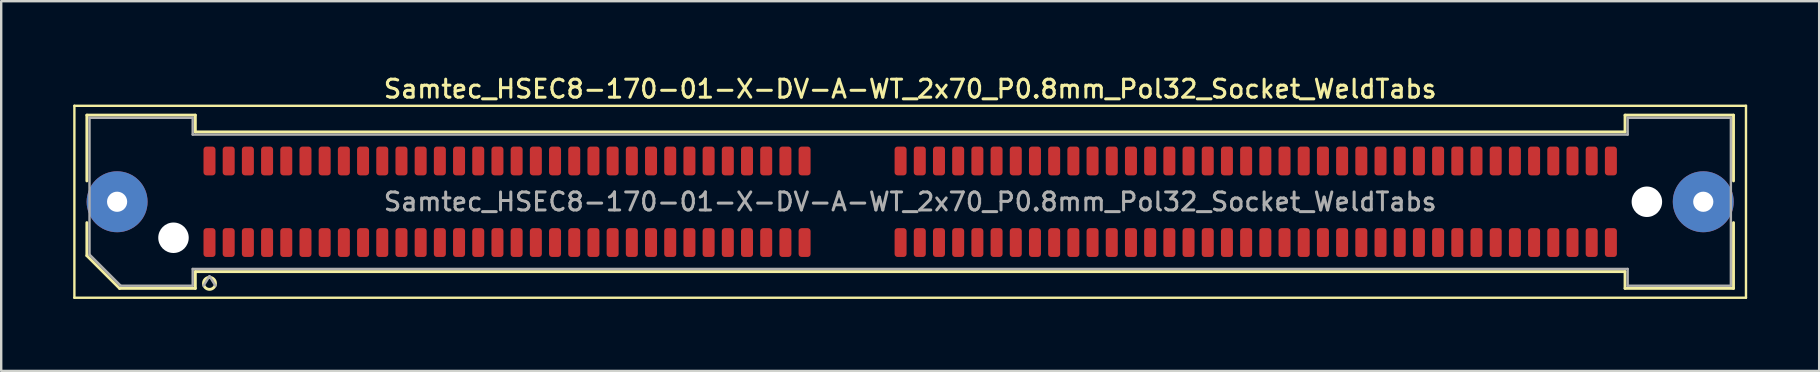
<source format=kicad_pcb>
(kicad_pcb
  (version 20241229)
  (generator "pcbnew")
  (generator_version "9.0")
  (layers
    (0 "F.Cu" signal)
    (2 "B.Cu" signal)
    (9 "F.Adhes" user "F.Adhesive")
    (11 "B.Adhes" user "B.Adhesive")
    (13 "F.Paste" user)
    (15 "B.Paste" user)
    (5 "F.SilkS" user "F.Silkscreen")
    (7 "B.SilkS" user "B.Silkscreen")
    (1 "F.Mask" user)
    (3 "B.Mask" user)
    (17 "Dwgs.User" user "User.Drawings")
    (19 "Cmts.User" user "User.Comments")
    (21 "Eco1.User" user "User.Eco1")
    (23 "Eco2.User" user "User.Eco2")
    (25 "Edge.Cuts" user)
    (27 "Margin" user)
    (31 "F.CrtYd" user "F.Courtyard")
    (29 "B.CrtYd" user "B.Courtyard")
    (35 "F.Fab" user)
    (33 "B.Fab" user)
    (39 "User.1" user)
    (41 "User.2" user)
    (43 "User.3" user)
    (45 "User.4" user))
  (footprint "Samtec_HSEC8-170-01-X-DV-A-WT_2x70_P0.8mm_Pol32_Socket_WeldTabs"
    (layer "F.Cu")
    (at 34.88 5.358)
    (property "Reference" "Samtec_HSEC8-170-01-X-DV-A-WT_2x70_P0.8mm_Pol32_Socket_WeldTabs" (at 0 -4.7 0) (layer "F.SilkS") (effects (font (size 0.75 0.75) (thickness 0.125))))
    (attr smd)
    (fp_line (start -34.83 -4) (end -34.83 4) (stroke (width 0.1) (type solid)) (layer "F.SilkS"))
    (fp_line (start -34.83 4) (end 34.83 4) (stroke (width 0.1) (type solid)) (layer "F.SilkS"))
    (fp_line (start -34.31 -3.61) (end -29.79 -3.61) (stroke (width 0.12) (type solid)) (layer "F.SilkS"))
    (fp_line (start -34.31 -0.868) (end -34.31 -3.61) (stroke (width 0.12) (type solid)) (layer "F.SilkS"))
    (fp_line (start -34.31 2.246) (end -34.31 0.868) (stroke (width 0.12) (type solid)) (layer "F.SilkS"))
    (fp_line (start -32.946 3.61) (end -34.31 2.246) (stroke (width 0.12) (type solid)) (layer "F.SilkS"))
    (fp_line (start -29.79 -3.61) (end -29.79 -2.91) (stroke (width 0.12) (type solid)) (layer "F.SilkS"))
    (fp_line (start -29.79 -2.91) (end 29.79 -2.91) (stroke (width 0.12) (type solid)) (layer "F.SilkS"))
    (fp_line (start -29.79 2.91) (end -29.79 3.61) (stroke (width 0.12) (type solid)) (layer "F.SilkS"))
    (fp_line (start -29.79 3.61) (end -32.946 3.61) (stroke (width 0.12) (type solid)) (layer "F.SilkS"))
    (fp_line (start 29.79 -3.61) (end 34.31 -3.61) (stroke (width 0.12) (type solid)) (layer "F.SilkS"))
    (fp_line (start 29.79 -2.91) (end 29.79 -3.61) (stroke (width 0.12) (type solid)) (layer "F.SilkS"))
    (fp_line (start 29.79 2.91) (end -29.79 2.91) (stroke (width 0.12) (type solid)) (layer "F.SilkS"))
    (fp_line (start 29.79 3.61) (end 29.79 2.91) (stroke (width 0.12) (type solid)) (layer "F.SilkS"))
    (fp_line (start 34.31 -3.61) (end 34.31 -0.868) (stroke (width 0.12) (type solid)) (layer "F.SilkS"))
    (fp_line (start 34.31 0.868) (end 34.31 3.61) (stroke (width 0.12) (type solid)) (layer "F.SilkS"))
    (fp_line (start 34.31 3.61) (end 29.79 3.61) (stroke (width 0.12) (type solid)) (layer "F.SilkS"))
    (fp_line (start 34.83 -4) (end -34.83 -4) (stroke (width 0.1) (type solid)) (layer "F.SilkS"))
    (fp_line (start 34.83 4) (end 34.83 -4) (stroke (width 0.1) (type solid)) (layer "F.SilkS"))
    (fp_arc (start -28.95 3.4) (mid -29.45 3.4) (end -28.95 3.4) (stroke (width 0.12) (type solid)) (layer "F.SilkS"))
    (fp_line (start -34.2 -3.5) (end -29.9 -3.5) (stroke (width 0.1) (type solid)) (layer "F.Fab"))
    (fp_line (start -34.2 2.2) (end -34.2 -3.5) (stroke (width 0.1) (type solid)) (layer "F.Fab"))
    (fp_line (start -32.9 3.5) (end -34.2 2.2) (stroke (width 0.1) (type solid)) (layer "F.Fab"))
    (fp_line (start -29.9 -3.5) (end -29.9 -2.8) (stroke (width 0.1) (type solid)) (layer "F.Fab"))
    (fp_line (start -29.9 -2.8) (end 29.9 -2.8) (stroke (width 0.1) (type solid)) (layer "F.Fab"))
    (fp_line (start -29.9 2.8) (end -29.9 3.5) (stroke (width 0.1) (type solid)) (layer "F.Fab"))
    (fp_line (start -29.9 3.5) (end -32.9 3.5) (stroke (width 0.1) (type solid)) (layer "F.Fab"))
    (fp_line (start -29.2 3.1) (end -29.45 3.5) (stroke (width 0.1) (type solid)) (layer "F.Fab"))
    (fp_line (start -29.2 3.1) (end -28.95 3.5) (stroke (width 0.1) (type solid)) (layer "F.Fab"))
    (fp_line (start 29.9 -3.5) (end 34.2 -3.5) (stroke (width 0.1) (type solid)) (layer "F.Fab"))
    (fp_line (start 29.9 -2.8) (end 29.9 -3.5) (stroke (width 0.1) (type solid)) (layer "F.Fab"))
    (fp_line (start 29.9 2.8) (end -29.9 2.8) (stroke (width 0.1) (type solid)) (layer "F.Fab"))
    (fp_line (start 29.9 3.5) (end 29.9 2.8) (stroke (width 0.1) (type solid)) (layer "F.Fab"))
    (fp_line (start 34.2 -3.5) (end 34.2 3.5) (stroke (width 0.1) (type solid)) (layer "F.Fab"))
    (fp_line (start 34.2 3.5) (end 29.9 3.5) (stroke (width 0.1) (type solid)) (layer "F.Fab"))
    (fp_text user "${REFERENCE}" (at 0 0 0) (layer "F.Fab") (effects (font (size 0.75 0.75) (thickness 0.125))))
    (pad "" thru_hole circle (at -33.05 0) (size 2.54 2.54) (drill 0.84) (layers "*.Cu" "*.Mask" "F.Paste"))
    (pad "" np_thru_hole circle (at -30.7 1.5) (size 1.27 1.27) (drill 1.27) (layers "*.Cu" "*.Mask"))
    (pad "" np_thru_hole circle (at 30.7 0) (size 1.27 1.27) (drill 1.27) (layers "*.Cu" "*.Mask"))
    (pad "" thru_hole circle (at 33.05 0) (size 2.54 2.54) (drill 0.84) (layers "*.Cu" "*.Mask" "F.Paste"))
    (pad "1" smd roundrect (at -29.2 1.7) (size 0.5 1.2) (layers "F.Cu" "F.Mask" "F.Paste") (roundrect_rratio 0.25))
    (pad "2" smd roundrect (at -29.2 -1.7) (size 0.5 1.2) (layers "F.Cu" "F.Mask" "F.Paste") (roundrect_rratio 0.25))
    (pad "3" smd roundrect (at -28.4 1.7) (size 0.5 1.2) (layers "F.Cu" "F.Mask" "F.Paste") (roundrect_rratio 0.25))
    (pad "4" smd roundrect (at -28.4 -1.7) (size 0.5 1.2) (layers "F.Cu" "F.Mask" "F.Paste") (roundrect_rratio 0.25))
    (pad "5" smd roundrect (at -27.6 1.7) (size 0.5 1.2) (layers "F.Cu" "F.Mask" "F.Paste") (roundrect_rratio 0.25))
    (pad "6" smd roundrect (at -27.6 -1.7) (size 0.5 1.2) (layers "F.Cu" "F.Mask" "F.Paste") (roundrect_rratio 0.25))
    (pad "7" smd roundrect (at -26.8 1.7) (size 0.5 1.2) (layers "F.Cu" "F.Mask" "F.Paste") (roundrect_rratio 0.25))
    (pad "8" smd roundrect (at -26.8 -1.7) (size 0.5 1.2) (layers "F.Cu" "F.Mask" "F.Paste") (roundrect_rratio 0.25))
    (pad "9" smd roundrect (at -26 1.7) (size 0.5 1.2) (layers "F.Cu" "F.Mask" "F.Paste") (roundrect_rratio 0.25))
    (pad "10" smd roundrect (at -26 -1.7) (size 0.5 1.2) (layers "F.Cu" "F.Mask" "F.Paste") (roundrect_rratio 0.25))
    (pad "11" smd roundrect (at -25.2 1.7) (size 0.5 1.2) (layers "F.Cu" "F.Mask" "F.Paste") (roundrect_rratio 0.25))
    (pad "12" smd roundrect (at -25.2 -1.7) (size 0.5 1.2) (layers "F.Cu" "F.Mask" "F.Paste") (roundrect_rratio 0.25))
    (pad "13" smd roundrect (at -24.4 1.7) (size 0.5 1.2) (layers "F.Cu" "F.Mask" "F.Paste") (roundrect_rratio 0.25))
    (pad "14" smd roundrect (at -24.4 -1.7) (size 0.5 1.2) (layers "F.Cu" "F.Mask" "F.Paste") (roundrect_rratio 0.25))
    (pad "15" smd roundrect (at -23.6 1.7) (size 0.5 1.2) (layers "F.Cu" "F.Mask" "F.Paste") (roundrect_rratio 0.25))
    (pad "16" smd roundrect (at -23.6 -1.7) (size 0.5 1.2) (layers "F.Cu" "F.Mask" "F.Paste") (roundrect_rratio 0.25))
    (pad "17" smd roundrect (at -22.8 1.7) (size 0.5 1.2) (layers "F.Cu" "F.Mask" "F.Paste") (roundrect_rratio 0.25))
    (pad "18" smd roundrect (at -22.8 -1.7) (size 0.5 1.2) (layers "F.Cu" "F.Mask" "F.Paste") (roundrect_rratio 0.25))
    (pad "19" smd roundrect (at -22 1.7) (size 0.5 1.2) (layers "F.Cu" "F.Mask" "F.Paste") (roundrect_rratio 0.25))
    (pad "20" smd roundrect (at -22 -1.7) (size 0.5 1.2) (layers "F.Cu" "F.Mask" "F.Paste") (roundrect_rratio 0.25))
    (pad "21" smd roundrect (at -21.2 1.7) (size 0.5 1.2) (layers "F.Cu" "F.Mask" "F.Paste") (roundrect_rratio 0.25))
    (pad "22" smd roundrect (at -21.2 -1.7) (size 0.5 1.2) (layers "F.Cu" "F.Mask" "F.Paste") (roundrect_rratio 0.25))
    (pad "23" smd roundrect (at -20.4 1.7) (size 0.5 1.2) (layers "F.Cu" "F.Mask" "F.Paste") (roundrect_rratio 0.25))
    (pad "24" smd roundrect (at -20.4 -1.7) (size 0.5 1.2) (layers "F.Cu" "F.Mask" "F.Paste") (roundrect_rratio 0.25))
    (pad "25" smd roundrect (at -19.6 1.7) (size 0.5 1.2) (layers "F.Cu" "F.Mask" "F.Paste") (roundrect_rratio 0.25))
    (pad "26" smd roundrect (at -19.6 -1.7) (size 0.5 1.2) (layers "F.Cu" "F.Mask" "F.Paste") (roundrect_rratio 0.25))
    (pad "27" smd roundrect (at -18.8 1.7) (size 0.5 1.2) (layers "F.Cu" "F.Mask" "F.Paste") (roundrect_rratio 0.25))
    (pad "28" smd roundrect (at -18.8 -1.7) (size 0.5 1.2) (layers "F.Cu" "F.Mask" "F.Paste") (roundrect_rratio 0.25))
    (pad "29" smd roundrect (at -18 1.7) (size 0.5 1.2) (layers "F.Cu" "F.Mask" "F.Paste") (roundrect_rratio 0.25))
    (pad "30" smd roundrect (at -18 -1.7) (size 0.5 1.2) (layers "F.Cu" "F.Mask" "F.Paste") (roundrect_rratio 0.25))
    (pad "31" smd roundrect (at -17.2 1.7) (size 0.5 1.2) (layers "F.Cu" "F.Mask" "F.Paste") (roundrect_rratio 0.25))
    (pad "32" smd roundrect (at -17.2 -1.7) (size 0.5 1.2) (layers "F.Cu" "F.Mask" "F.Paste") (roundrect_rratio 0.25))
    (pad "33" smd roundrect (at -16.4 1.7) (size 0.5 1.2) (layers "F.Cu" "F.Mask" "F.Paste") (roundrect_rratio 0.25))
    (pad "34" smd roundrect (at -16.4 -1.7) (size 0.5 1.2) (layers "F.Cu" "F.Mask" "F.Paste") (roundrect_rratio 0.25))
    (pad "35" smd roundrect (at -15.6 1.7) (size 0.5 1.2) (layers "F.Cu" "F.Mask" "F.Paste") (roundrect_rratio 0.25))
    (pad "36" smd roundrect (at -15.6 -1.7) (size 0.5 1.2) (layers "F.Cu" "F.Mask" "F.Paste") (roundrect_rratio 0.25))
    (pad "37" smd roundrect (at -14.8 1.7) (size 0.5 1.2) (layers "F.Cu" "F.Mask" "F.Paste") (roundrect_rratio 0.25))
    (pad "38" smd roundrect (at -14.8 -1.7) (size 0.5 1.2) (layers "F.Cu" "F.Mask" "F.Paste") (roundrect_rratio 0.25))
    (pad "39" smd roundrect (at -14 1.7) (size 0.5 1.2) (layers "F.Cu" "F.Mask" "F.Paste") (roundrect_rratio 0.25))
    (pad "40" smd roundrect (at -14 -1.7) (size 0.5 1.2) (layers "F.Cu" "F.Mask" "F.Paste") (roundrect_rratio 0.25))
    (pad "41" smd roundrect (at -13.2 1.7) (size 0.5 1.2) (layers "F.Cu" "F.Mask" "F.Paste") (roundrect_rratio 0.25))
    (pad "42" smd roundrect (at -13.2 -1.7) (size 0.5 1.2) (layers "F.Cu" "F.Mask" "F.Paste") (roundrect_rratio 0.25))
    (pad "43" smd roundrect (at -12.4 1.7) (size 0.5 1.2) (layers "F.Cu" "F.Mask" "F.Paste") (roundrect_rratio 0.25))
    (pad "44" smd roundrect (at -12.4 -1.7) (size 0.5 1.2) (layers "F.Cu" "F.Mask" "F.Paste") (roundrect_rratio 0.25))
    (pad "45" smd roundrect (at -11.6 1.7) (size 0.5 1.2) (layers "F.Cu" "F.Mask" "F.Paste") (roundrect_rratio 0.25))
    (pad "46" smd roundrect (at -11.6 -1.7) (size 0.5 1.2) (layers "F.Cu" "F.Mask" "F.Paste") (roundrect_rratio 0.25))
    (pad "47" smd roundrect (at -10.8 1.7) (size 0.5 1.2) (layers "F.Cu" "F.Mask" "F.Paste") (roundrect_rratio 0.25))
    (pad "48" smd roundrect (at -10.8 -1.7) (size 0.5 1.2) (layers "F.Cu" "F.Mask" "F.Paste") (roundrect_rratio 0.25))
    (pad "49" smd roundrect (at -10 1.7) (size 0.5 1.2) (layers "F.Cu" "F.Mask" "F.Paste") (roundrect_rratio 0.25))
    (pad "50" smd roundrect (at -10 -1.7) (size 0.5 1.2) (layers "F.Cu" "F.Mask" "F.Paste") (roundrect_rratio 0.25))
    (pad "51" smd roundrect (at -9.2 1.7) (size 0.5 1.2) (layers "F.Cu" "F.Mask" "F.Paste") (roundrect_rratio 0.25))
    (pad "52" smd roundrect (at -9.2 -1.7) (size 0.5 1.2) (layers "F.Cu" "F.Mask" "F.Paste") (roundrect_rratio 0.25))
    (pad "53" smd roundrect (at -8.4 1.7) (size 0.5 1.2) (layers "F.Cu" "F.Mask" "F.Paste") (roundrect_rratio 0.25))
    (pad "54" smd roundrect (at -8.4 -1.7) (size 0.5 1.2) (layers "F.Cu" "F.Mask" "F.Paste") (roundrect_rratio 0.25))
    (pad "55" smd roundrect (at -7.6 1.7) (size 0.5 1.2) (layers "F.Cu" "F.Mask" "F.Paste") (roundrect_rratio 0.25))
    (pad "56" smd roundrect (at -7.6 -1.7) (size 0.5 1.2) (layers "F.Cu" "F.Mask" "F.Paste") (roundrect_rratio 0.25))
    (pad "57" smd roundrect (at -6.8 1.7) (size 0.5 1.2) (layers "F.Cu" "F.Mask" "F.Paste") (roundrect_rratio 0.25))
    (pad "58" smd roundrect (at -6.8 -1.7) (size 0.5 1.2) (layers "F.Cu" "F.Mask" "F.Paste") (roundrect_rratio 0.25))
    (pad "59" smd roundrect (at -6 1.7) (size 0.5 1.2) (layers "F.Cu" "F.Mask" "F.Paste") (roundrect_rratio 0.25))
    (pad "60" smd roundrect (at -6 -1.7) (size 0.5 1.2) (layers "F.Cu" "F.Mask" "F.Paste") (roundrect_rratio 0.25))
    (pad "61" smd roundrect (at -5.2 1.7) (size 0.5 1.2) (layers "F.Cu" "F.Mask" "F.Paste") (roundrect_rratio 0.25))
    (pad "62" smd roundrect (at -5.2 -1.7) (size 0.5 1.2) (layers "F.Cu" "F.Mask" "F.Paste") (roundrect_rratio 0.25))
    (pad "63" smd roundrect (at -4.4 1.7) (size 0.5 1.2) (layers "F.Cu" "F.Mask" "F.Paste") (roundrect_rratio 0.25))
    (pad "64" smd roundrect (at -4.4 -1.7) (size 0.5 1.2) (layers "F.Cu" "F.Mask" "F.Paste") (roundrect_rratio 0.25))
    (pad "65" smd roundrect (at -0.4 1.7) (size 0.5 1.2) (layers "F.Cu" "F.Mask" "F.Paste") (roundrect_rratio 0.25))
    (pad "66" smd roundrect (at -0.4 -1.7) (size 0.5 1.2) (layers "F.Cu" "F.Mask" "F.Paste") (roundrect_rratio 0.25))
    (pad "67" smd roundrect (at 0.4 1.7) (size 0.5 1.2) (layers "F.Cu" "F.Mask" "F.Paste") (roundrect_rratio 0.25))
    (pad "68" smd roundrect (at 0.4 -1.7) (size 0.5 1.2) (layers "F.Cu" "F.Mask" "F.Paste") (roundrect_rratio 0.25))
    (pad "69" smd roundrect (at 1.2 1.7) (size 0.5 1.2) (layers "F.Cu" "F.Mask" "F.Paste") (roundrect_rratio 0.25))
    (pad "70" smd roundrect (at 1.2 -1.7) (size 0.5 1.2) (layers "F.Cu" "F.Mask" "F.Paste") (roundrect_rratio 0.25))
    (pad "71" smd roundrect (at 2 1.7) (size 0.5 1.2) (layers "F.Cu" "F.Mask" "F.Paste") (roundrect_rratio 0.25))
    (pad "72" smd roundrect (at 2 -1.7) (size 0.5 1.2) (layers "F.Cu" "F.Mask" "F.Paste") (roundrect_rratio 0.25))
    (pad "73" smd roundrect (at 2.8 1.7) (size 0.5 1.2) (layers "F.Cu" "F.Mask" "F.Paste") (roundrect_rratio 0.25))
    (pad "74" smd roundrect (at 2.8 -1.7) (size 0.5 1.2) (layers "F.Cu" "F.Mask" "F.Paste") (roundrect_rratio 0.25))
    (pad "75" smd roundrect (at 3.6 1.7) (size 0.5 1.2) (layers "F.Cu" "F.Mask" "F.Paste") (roundrect_rratio 0.25))
    (pad "76" smd roundrect (at 3.6 -1.7) (size 0.5 1.2) (layers "F.Cu" "F.Mask" "F.Paste") (roundrect_rratio 0.25))
    (pad "77" smd roundrect (at 4.4 1.7) (size 0.5 1.2) (layers "F.Cu" "F.Mask" "F.Paste") (roundrect_rratio 0.25))
    (pad "78" smd roundrect (at 4.4 -1.7) (size 0.5 1.2) (layers "F.Cu" "F.Mask" "F.Paste") (roundrect_rratio 0.25))
    (pad "79" smd roundrect (at 5.2 1.7) (size 0.5 1.2) (layers "F.Cu" "F.Mask" "F.Paste") (roundrect_rratio 0.25))
    (pad "80" smd roundrect (at 5.2 -1.7) (size 0.5 1.2) (layers "F.Cu" "F.Mask" "F.Paste") (roundrect_rratio 0.25))
    (pad "81" smd roundrect (at 6 1.7) (size 0.5 1.2) (layers "F.Cu" "F.Mask" "F.Paste") (roundrect_rratio 0.25))
    (pad "82" smd roundrect (at 6 -1.7) (size 0.5 1.2) (layers "F.Cu" "F.Mask" "F.Paste") (roundrect_rratio 0.25))
    (pad "83" smd roundrect (at 6.8 1.7) (size 0.5 1.2) (layers "F.Cu" "F.Mask" "F.Paste") (roundrect_rratio 0.25))
    (pad "84" smd roundrect (at 6.8 -1.7) (size 0.5 1.2) (layers "F.Cu" "F.Mask" "F.Paste") (roundrect_rratio 0.25))
    (pad "85" smd roundrect (at 7.6 1.7) (size 0.5 1.2) (layers "F.Cu" "F.Mask" "F.Paste") (roundrect_rratio 0.25))
    (pad "86" smd roundrect (at 7.6 -1.7) (size 0.5 1.2) (layers "F.Cu" "F.Mask" "F.Paste") (roundrect_rratio 0.25))
    (pad "87" smd roundrect (at 8.4 1.7) (size 0.5 1.2) (layers "F.Cu" "F.Mask" "F.Paste") (roundrect_rratio 0.25))
    (pad "88" smd roundrect (at 8.4 -1.7) (size 0.5 1.2) (layers "F.Cu" "F.Mask" "F.Paste") (roundrect_rratio 0.25))
    (pad "89" smd roundrect (at 9.2 1.7) (size 0.5 1.2) (layers "F.Cu" "F.Mask" "F.Paste") (roundrect_rratio 0.25))
    (pad "90" smd roundrect (at 9.2 -1.7) (size 0.5 1.2) (layers "F.Cu" "F.Mask" "F.Paste") (roundrect_rratio 0.25))
    (pad "91" smd roundrect (at 10 1.7) (size 0.5 1.2) (layers "F.Cu" "F.Mask" "F.Paste") (roundrect_rratio 0.25))
    (pad "92" smd roundrect (at 10 -1.7) (size 0.5 1.2) (layers "F.Cu" "F.Mask" "F.Paste") (roundrect_rratio 0.25))
    (pad "93" smd roundrect (at 10.8 1.7) (size 0.5 1.2) (layers "F.Cu" "F.Mask" "F.Paste") (roundrect_rratio 0.25))
    (pad "94" smd roundrect (at 10.8 -1.7) (size 0.5 1.2) (layers "F.Cu" "F.Mask" "F.Paste") (roundrect_rratio 0.25))
    (pad "95" smd roundrect (at 11.6 1.7) (size 0.5 1.2) (layers "F.Cu" "F.Mask" "F.Paste") (roundrect_rratio 0.25))
    (pad "96" smd roundrect (at 11.6 -1.7) (size 0.5 1.2) (layers "F.Cu" "F.Mask" "F.Paste") (roundrect_rratio 0.25))
    (pad "97" smd roundrect (at 12.4 1.7) (size 0.5 1.2) (layers "F.Cu" "F.Mask" "F.Paste") (roundrect_rratio 0.25))
    (pad "98" smd roundrect (at 12.4 -1.7) (size 0.5 1.2) (layers "F.Cu" "F.Mask" "F.Paste") (roundrect_rratio 0.25))
    (pad "99" smd roundrect (at 13.2 1.7) (size 0.5 1.2) (layers "F.Cu" "F.Mask" "F.Paste") (roundrect_rratio 0.25))
    (pad "100" smd roundrect (at 13.2 -1.7) (size 0.5 1.2) (layers "F.Cu" "F.Mask" "F.Paste") (roundrect_rratio 0.25))
    (pad "101" smd roundrect (at 14 1.7) (size 0.5 1.2) (layers "F.Cu" "F.Mask" "F.Paste") (roundrect_rratio 0.25))
    (pad "102" smd roundrect (at 14 -1.7) (size 0.5 1.2) (layers "F.Cu" "F.Mask" "F.Paste") (roundrect_rratio 0.25))
    (pad "103" smd roundrect (at 14.8 1.7) (size 0.5 1.2) (layers "F.Cu" "F.Mask" "F.Paste") (roundrect_rratio 0.25))
    (pad "104" smd roundrect (at 14.8 -1.7) (size 0.5 1.2) (layers "F.Cu" "F.Mask" "F.Paste") (roundrect_rratio 0.25))
    (pad "105" smd roundrect (at 15.6 1.7) (size 0.5 1.2) (layers "F.Cu" "F.Mask" "F.Paste") (roundrect_rratio 0.25))
    (pad "106" smd roundrect (at 15.6 -1.7) (size 0.5 1.2) (layers "F.Cu" "F.Mask" "F.Paste") (roundrect_rratio 0.25))
    (pad "107" smd roundrect (at 16.4 1.7) (size 0.5 1.2) (layers "F.Cu" "F.Mask" "F.Paste") (roundrect_rratio 0.25))
    (pad "108" smd roundrect (at 16.4 -1.7) (size 0.5 1.2) (layers "F.Cu" "F.Mask" "F.Paste") (roundrect_rratio 0.25))
    (pad "109" smd roundrect (at 17.2 1.7) (size 0.5 1.2) (layers "F.Cu" "F.Mask" "F.Paste") (roundrect_rratio 0.25))
    (pad "110" smd roundrect (at 17.2 -1.7) (size 0.5 1.2) (layers "F.Cu" "F.Mask" "F.Paste") (roundrect_rratio 0.25))
    (pad "111" smd roundrect (at 18 1.7) (size 0.5 1.2) (layers "F.Cu" "F.Mask" "F.Paste") (roundrect_rratio 0.25))
    (pad "112" smd roundrect (at 18 -1.7) (size 0.5 1.2) (layers "F.Cu" "F.Mask" "F.Paste") (roundrect_rratio 0.25))
    (pad "113" smd roundrect (at 18.8 1.7) (size 0.5 1.2) (layers "F.Cu" "F.Mask" "F.Paste") (roundrect_rratio 0.25))
    (pad "114" smd roundrect (at 18.8 -1.7) (size 0.5 1.2) (layers "F.Cu" "F.Mask" "F.Paste") (roundrect_rratio 0.25))
    (pad "115" smd roundrect (at 19.6 1.7) (size 0.5 1.2) (layers "F.Cu" "F.Mask" "F.Paste") (roundrect_rratio 0.25))
    (pad "116" smd roundrect (at 19.6 -1.7) (size 0.5 1.2) (layers "F.Cu" "F.Mask" "F.Paste") (roundrect_rratio 0.25))
    (pad "117" smd roundrect (at 20.4 1.7) (size 0.5 1.2) (layers "F.Cu" "F.Mask" "F.Paste") (roundrect_rratio 0.25))
    (pad "118" smd roundrect (at 20.4 -1.7) (size 0.5 1.2) (layers "F.Cu" "F.Mask" "F.Paste") (roundrect_rratio 0.25))
    (pad "119" smd roundrect (at 21.2 1.7) (size 0.5 1.2) (layers "F.Cu" "F.Mask" "F.Paste") (roundrect_rratio 0.25))
    (pad "120" smd roundrect (at 21.2 -1.7) (size 0.5 1.2) (layers "F.Cu" "F.Mask" "F.Paste") (roundrect_rratio 0.25))
    (pad "121" smd roundrect (at 22 1.7) (size 0.5 1.2) (layers "F.Cu" "F.Mask" "F.Paste") (roundrect_rratio 0.25))
    (pad "122" smd roundrect (at 22 -1.7) (size 0.5 1.2) (layers "F.Cu" "F.Mask" "F.Paste") (roundrect_rratio 0.25))
    (pad "123" smd roundrect (at 22.8 1.7) (size 0.5 1.2) (layers "F.Cu" "F.Mask" "F.Paste") (roundrect_rratio 0.25))
    (pad "124" smd roundrect (at 22.8 -1.7) (size 0.5 1.2) (layers "F.Cu" "F.Mask" "F.Paste") (roundrect_rratio 0.25))
    (pad "125" smd roundrect (at 23.6 1.7) (size 0.5 1.2) (layers "F.Cu" "F.Mask" "F.Paste") (roundrect_rratio 0.25))
    (pad "126" smd roundrect (at 23.6 -1.7) (size 0.5 1.2) (layers "F.Cu" "F.Mask" "F.Paste") (roundrect_rratio 0.25))
    (pad "127" smd roundrect (at 24.4 1.7) (size 0.5 1.2) (layers "F.Cu" "F.Mask" "F.Paste") (roundrect_rratio 0.25))
    (pad "128" smd roundrect (at 24.4 -1.7) (size 0.5 1.2) (layers "F.Cu" "F.Mask" "F.Paste") (roundrect_rratio 0.25))
    (pad "129" smd roundrect (at 25.2 1.7) (size 0.5 1.2) (layers "F.Cu" "F.Mask" "F.Paste") (roundrect_rratio 0.25))
    (pad "130" smd roundrect (at 25.2 -1.7) (size 0.5 1.2) (layers "F.Cu" "F.Mask" "F.Paste") (roundrect_rratio 0.25))
    (pad "131" smd roundrect (at 26 1.7) (size 0.5 1.2) (layers "F.Cu" "F.Mask" "F.Paste") (roundrect_rratio 0.25))
    (pad "132" smd roundrect (at 26 -1.7) (size 0.5 1.2) (layers "F.Cu" "F.Mask" "F.Paste") (roundrect_rratio 0.25))
    (pad "133" smd roundrect (at 26.8 1.7) (size 0.5 1.2) (layers "F.Cu" "F.Mask" "F.Paste") (roundrect_rratio 0.25))
    (pad "134" smd roundrect (at 26.8 -1.7) (size 0.5 1.2) (layers "F.Cu" "F.Mask" "F.Paste") (roundrect_rratio 0.25))
    (pad "135" smd roundrect (at 27.6 1.7) (size 0.5 1.2) (layers "F.Cu" "F.Mask" "F.Paste") (roundrect_rratio 0.25))
    (pad "136" smd roundrect (at 27.6 -1.7) (size 0.5 1.2) (layers "F.Cu" "F.Mask" "F.Paste") (roundrect_rratio 0.25))
    (pad "137" smd roundrect (at 28.4 1.7) (size 0.5 1.2) (layers "F.Cu" "F.Mask" "F.Paste") (roundrect_rratio 0.25))
    (pad "138" smd roundrect (at 28.4 -1.7) (size 0.5 1.2) (layers "F.Cu" "F.Mask" "F.Paste") (roundrect_rratio 0.25))
    (pad "139" smd roundrect (at 29.2 1.7) (size 0.5 1.2) (layers "F.Cu" "F.Mask" "F.Paste") (roundrect_rratio 0.25))
    (pad "140" smd roundrect (at 29.2 -1.7) (size 0.5 1.2) (layers "F.Cu" "F.Mask" "F.Paste") (roundrect_rratio 0.25)))
  (gr_rect
    (start -3 -3)
    (end 72.76 12.408)
    (stroke (width 0.1) (type default))
    (fill no)
    (layer "Edge.Cuts")))
</source>
